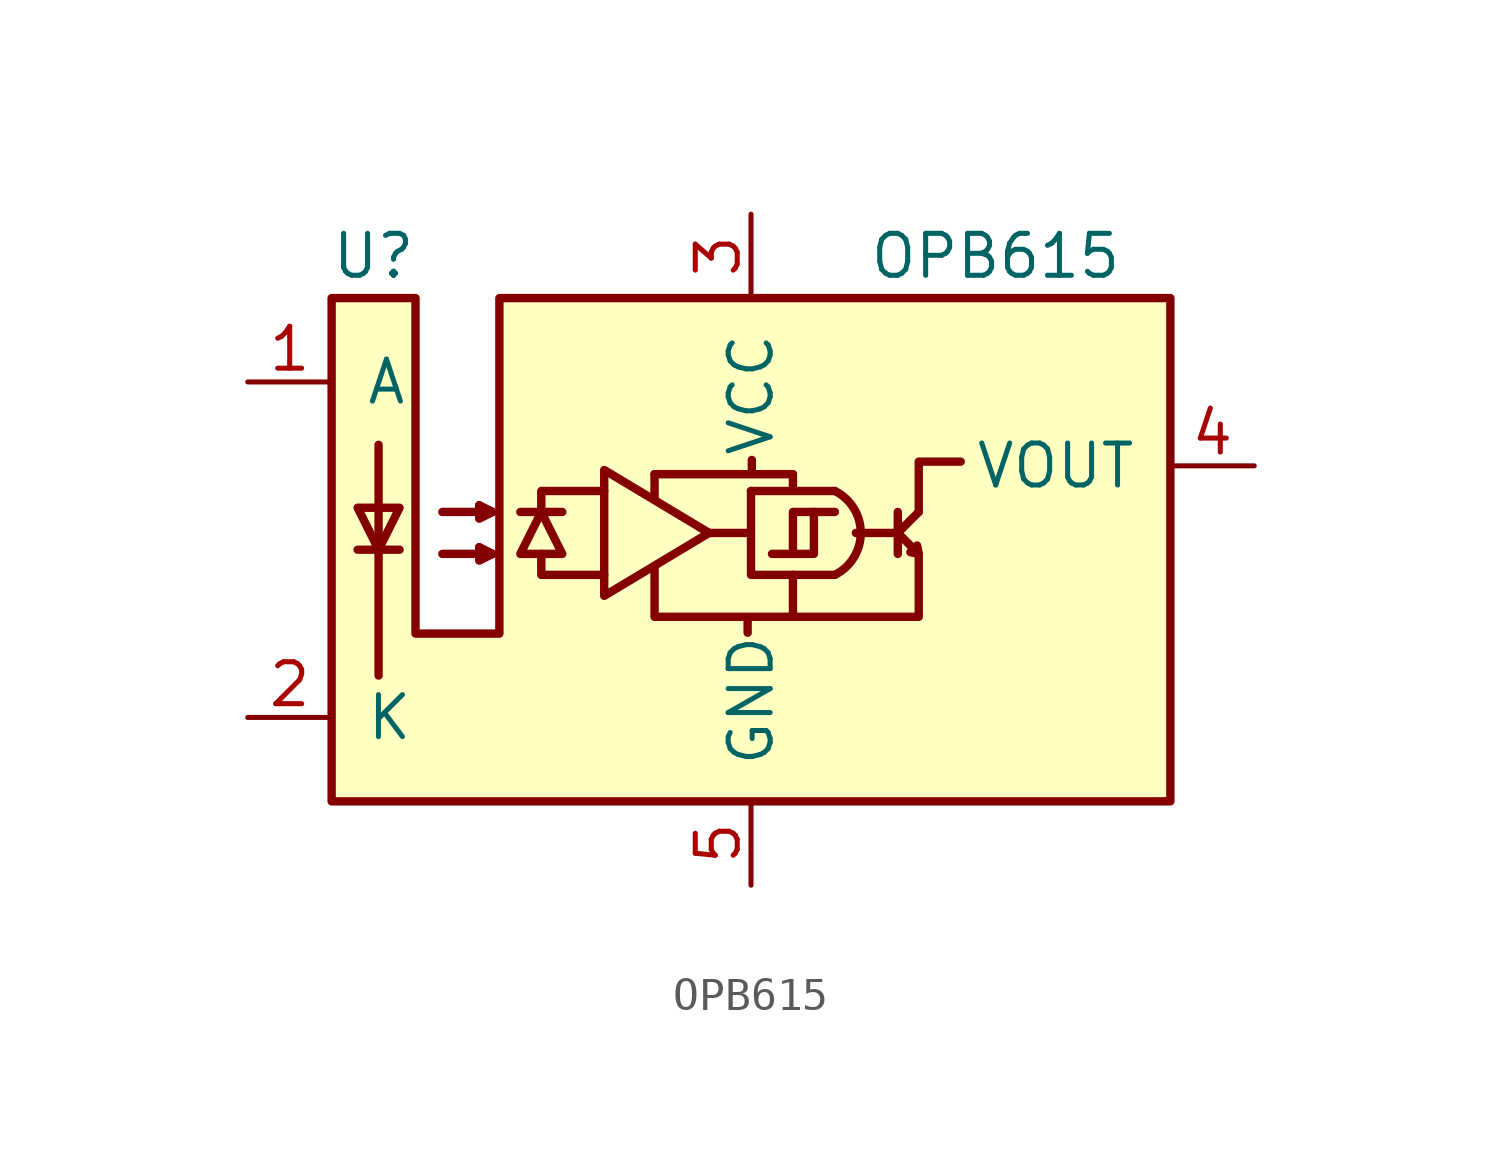
<source format=kicad_sym>
(kicad_symbol_lib
  (version 20231120)
  (generator "kicad_symbol_editor")
  (generator_version "8.0")
  (symbol "OPB615"
    (pin_names
      (offset 1.016))
    (property "Reference" "U"
      (at -11.43 8.89 0)
      (effects (font (size 1.27 1.27))))
    (property "Value" "OPB615"
      (at 3.556 8.89 0)
      (effects (font (size 1.27 1.27)) (justify left)))
    (symbol "OPB615_0_1"
      (polyline (pts (xy -11.913 0) (xy -10.643 0)) (stroke (width 0.254) (type default)) (fill (type none)))
      (polyline (pts (xy -11.278 -3.81) (xy -11.278 3.175)) (stroke (width 0.254) (type default)) (fill (type none)))
      (polyline (pts (xy -6.985 1.143) (xy -5.715 1.143)) (stroke (width 0.254) (type default)) (fill (type none)))
      (polyline (pts (xy -2.921 1.524) (xy -2.921 2.286)) (stroke (width 0.254) (type default)) (fill (type none)))
      (polyline (pts (xy -2.921 2.286) (xy 1.27 2.286)) (stroke (width 0.254) (type default)) (fill (type none)))
      (polyline (pts (xy -1.27 0.508) (xy 0 0.508)) (stroke (width 0.254) (type default)) (fill (type none)))
      (polyline (pts (xy -0.102 -2.515) (xy -0.102 -2.083)) (stroke (width 0.254) (type default)) (fill (type none)))
      (polyline (pts (xy 0 1.778) (xy 2.54 1.778)) (stroke (width 0.254) (type default)) (fill (type none)))
      (polyline (pts (xy 0.025 2.311) (xy 0.025 2.718)) (stroke (width 0.254) (type default)) (fill (type none)))
      (polyline (pts (xy 1.27 1.93) (xy 1.27 2.286)) (stroke (width 0.254) (type default)) (fill (type none)))
      (polyline (pts (xy 3.175 0.508) (xy 4.445 0.508)) (stroke (width 0.254) (type default)) (fill (type none)))
      (polyline (pts (xy 4.445 0.508) (xy 5.08 -0.127)) (stroke (width 0.254) (type default)) (fill (type none)))
      (polyline (pts (xy 4.445 0.508) (xy 5.08 1.143)) (stroke (width 0.254) (type default)) (fill (type none)))
      (polyline (pts (xy 4.445 1.143) (xy 4.445 -0.127)) (stroke (width 0.254) (type default)) (fill (type none)))
      (polyline (pts (xy -9.347 -0.127) (xy -7.823 -0.127) (xy -8.23 0.076)) (stroke (width 0.254) (type default)) (fill (type none)))
      (polyline (pts (xy -9.347 1.143) (xy -7.823 1.143) (xy -8.23 1.346)) (stroke (width 0.254) (type default)) (fill (type none)))
      (polyline (pts (xy -8.23 0.076) (xy -8.23 -0.33) (xy -7.823 -0.127)) (stroke (width 0.254) (type default)) (fill (type none)))
      (polyline (pts (xy -8.23 1.346) (xy -8.23 0.94) (xy -7.823 1.143)) (stroke (width 0.254) (type default)) (fill (type none)))
      (polyline (pts (xy -6.35 -0.127) (xy -6.35 -0.762) (xy -4.445 -0.762)) (stroke (width 0.254) (type default)) (fill (type none)))
      (polyline (pts (xy -6.35 1.143) (xy -6.35 1.778) (xy -4.445 1.778)) (stroke (width 0.254) (type default)) (fill (type none)))
      (polyline (pts (xy 0 1.778) (xy 0 -0.762) (xy 2.54 -0.762)) (stroke (width 0.254) (type default)) (fill (type none)))
      (polyline (pts (xy 1.27 -2.032) (xy -2.921 -2.032) (xy -2.921 -0.508)) (stroke (width 0.254) (type default)) (fill (type none)))
      (polyline (pts (xy 1.905 1.143) (xy 1.27 1.143) (xy 1.27 -0.127)) (stroke (width 0.254) (type default)) (fill (type none)))
      (polyline (pts (xy 5.08 1.143) (xy 5.08 2.667) (xy 6.35 2.667)) (stroke (width 0.254) (type default)) (fill (type none)))
      (polyline (pts (xy -11.913 1.27) (xy -10.643 1.27) (xy -11.278 0) (xy -11.913 1.27)) (stroke (width 0.254) (type default)) (fill (type none)))
      (polyline (pts (xy -6.985 -0.127) (xy -5.715 -0.127) (xy -6.35 1.143) (xy -6.985 -0.127)) (stroke (width 0.254) (type default)) (fill (type none)))
      (polyline (pts (xy -4.445 2.413) (xy -4.445 -1.397) (xy -1.27 0.508) (xy -4.445 2.413)) (stroke (width 0.254) (type default)) (fill (type none)))
      (polyline (pts (xy 0.635 -0.127) (xy 1.905 -0.127) (xy 1.905 1.143) (xy 2.54 1.143)) (stroke (width 0.254) (type default)) (fill (type none)))
      (polyline (pts (xy 1.27 -0.762) (xy 1.27 -2.032) (xy 5.08 -2.032) (xy 5.08 -0.127)) (stroke (width 0.254) (type default)) (fill (type none)))
      (polyline (pts (xy 5.08 -0.127) (xy 4.826 -0.076) (xy 5.029 0.127) (xy 5.08 -0.127)) (stroke (width 0.254) (type default)) (fill (type none)))
      (polyline (pts (xy -12.7 -7.62) (xy 12.7 -7.62) (xy 12.7 7.62) (xy -7.62 7.62) (xy -7.62 -2.54) (xy -10.16 -2.54) (xy -10.16 7.62) (xy -12.7 7.62) (xy -12.7 -7.62)) (stroke (width 0.254) (type default)) (fill (type background)))
      (arc (start 2.54 -0.762) (mid 3.3249 0.508) (end 2.54 1.778) (stroke (width 0.254) (type default)) (fill (type none))))
    (symbol "OPB615_1_1"
      (pin passive line (at -15.24 5.08 0) (length 2.54) (name "A" (effects (font (size 1.27 1.27)))) (number "1" (effects (font (size 1.27 1.27)))))
      (pin passive line (at -15.24 -5.08 0) (length 2.54) (name "K" (effects (font (size 1.27 1.27)))) (number "2" (effects (font (size 1.27 1.27)))))
      (pin power_in line (at 0 10.16 270) (length 2.54) (name "VCC" (effects (font (size 1.27 1.27)))) (number "3" (effects (font (size 1.27 1.27)))))
      (pin open_collector line (at 15.24 2.54 180) (length 2.54) (name "VOUT" (effects (font (size 1.27 1.27)))) (number "4" (effects (font (size 1.27 1.27)))))
      (pin power_in line (at 0 -10.16 90) (length 2.54) (name "GND" (effects (font (size 1.27 1.27)))) (number "5" (effects (font (size 1.27 1.27))))))))
</source>
